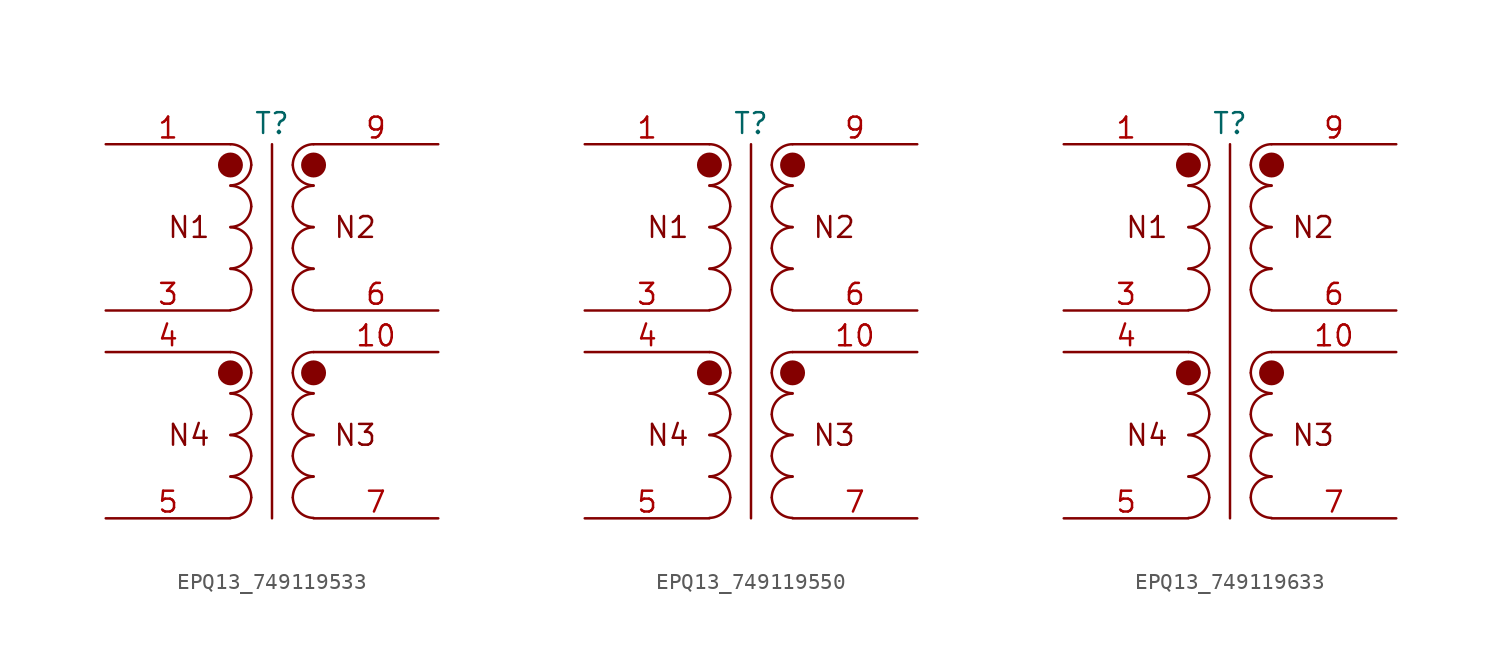
<source format=kicad_sym>
(kicad_symbol_lib
  (version 20220914)
  (generator kicad_symbol_editor)
  (symbol "EPQ13_749119533"
    (pin_names hide)
    (property "Reference" "T"
      (at 0 12.7 0)
      (effects (font (size 1.27 1.27))))
    (property "Critical Parameter" ""
      (at 0 -5.08 0)
      (effects (font (size 1.27 1.27)) (justify left)))
    (symbol "EPQ13_749119533_0_1"
      (arc (start -2.54 -11.4046) (mid -1.6561 -11.0363) (end -1.27 -10.16) (stroke (width 0) (type default)) (fill (type none)))
      (arc (start -2.54 -8.8646) (mid -1.6561 -8.4963) (end -1.27 -7.62) (stroke (width 0) (type default)) (fill (type none)))
      (arc (start -2.54 -6.3246) (mid -1.6561 -5.9563) (end -1.27 -5.08) (stroke (width 0) (type default)) (fill (type none)))
      (arc (start -2.54 -3.7846) (mid -1.6561 -3.4163) (end -1.27 -2.54) (stroke (width 0) (type default)) (fill (type none)))
      (arc (start -2.54 1.2954) (mid -1.6561 1.6637) (end -1.27 2.54) (stroke (width 0) (type default)) (fill (type none)))
      (arc (start -2.54 3.8354) (mid -1.6561 4.2037) (end -1.27 5.08) (stroke (width 0) (type default)) (fill (type none)))
      (arc (start -2.54 6.3754) (mid -1.6561 6.7437) (end -1.27 7.62) (stroke (width 0) (type default)) (fill (type none)))
      (arc (start -2.54 8.9154) (mid -1.6561 9.2837) (end -1.27 10.16) (stroke (width 0) (type default)) (fill (type none)))
      (arc (start -1.27 -10.16) (mid -1.642 -9.262) (end -2.54 -8.89) (stroke (width 0) (type default)) (fill (type none)))
      (arc (start -1.27 -7.62) (mid -1.642 -6.722) (end -2.54 -6.35) (stroke (width 0) (type default)) (fill (type none)))
      (arc (start -1.27 -5.08) (mid -1.642 -4.182) (end -2.54 -3.81) (stroke (width 0) (type default)) (fill (type none)))
      (arc (start -1.27 -2.54) (mid -1.642 -1.642) (end -2.54 -1.27) (stroke (width 0) (type default)) (fill (type none)))
      (arc (start -1.27 2.54) (mid -1.642 3.438) (end -2.54 3.81) (stroke (width 0) (type default)) (fill (type none)))
      (arc (start -1.27 5.08) (mid -1.642 5.978) (end -2.54 6.35) (stroke (width 0) (type default)) (fill (type none)))
      (arc (start -1.27 7.62) (mid -1.642 8.518) (end -2.54 8.89) (stroke (width 0) (type default)) (fill (type none)))
      (arc (start -1.27 10.16) (mid -1.642 11.058) (end -2.54 11.43) (stroke (width 0) (type default)) (fill (type none)))
      (polyline (pts (xy 0 -11.43) (xy 0 11.43)) (stroke (width 0) (type default)) (fill (type none)))
      (arc (start 1.27 -10.16) (mid 1.6561 -11.0363) (end 2.54 -11.4046) (stroke (width 0) (type default)) (fill (type none)))
      (arc (start 1.27 -7.62) (mid 1.6561 -8.4963) (end 2.54 -8.8646) (stroke (width 0) (type default)) (fill (type none)))
      (arc (start 1.27 -5.08) (mid 1.6561 -5.9563) (end 2.54 -6.3246) (stroke (width 0) (type default)) (fill (type none)))
      (arc (start 1.27 -2.54) (mid 1.6561 -3.4163) (end 2.54 -3.7846) (stroke (width 0) (type default)) (fill (type none)))
      (arc (start 1.27 2.54) (mid 1.6561 1.6637) (end 2.54 1.2954) (stroke (width 0) (type default)) (fill (type none)))
      (arc (start 1.27 5.08) (mid 1.6561 4.2037) (end 2.54 3.8354) (stroke (width 0) (type default)) (fill (type none)))
      (arc (start 1.27 7.62) (mid 1.6561 6.7437) (end 2.54 6.3754) (stroke (width 0) (type default)) (fill (type none)))
      (arc (start 1.27 10.16) (mid 1.6561 9.2837) (end 2.54 8.9154) (stroke (width 0) (type default)) (fill (type none)))
      (arc (start 2.54 -8.89) (mid 1.642 -9.262) (end 1.27 -10.16) (stroke (width 0) (type default)) (fill (type none)))
      (arc (start 2.54 -6.35) (mid 1.642 -6.722) (end 1.27 -7.62) (stroke (width 0) (type default)) (fill (type none)))
      (arc (start 2.54 -3.81) (mid 1.642 -4.182) (end 1.27 -5.08) (stroke (width 0) (type default)) (fill (type none)))
      (arc (start 2.54 -1.27) (mid 1.642 -1.642) (end 1.27 -2.54) (stroke (width 0) (type default)) (fill (type none)))
      (arc (start 2.54 3.81) (mid 1.642 3.438) (end 1.27 2.54) (stroke (width 0) (type default)) (fill (type none)))
      (arc (start 2.54 6.35) (mid 1.642 5.978) (end 1.27 5.08) (stroke (width 0) (type default)) (fill (type none)))
      (arc (start 2.54 8.89) (mid 1.642 8.518) (end 1.27 7.62) (stroke (width 0) (type default)) (fill (type none)))
      (arc (start 2.54 11.43) (mid 1.642 11.058) (end 1.27 10.16) (stroke (width 0) (type default)) (fill (type none))))
    (symbol "EPQ13_749119533_1_1"
      (circle (center -2.54 -2.54) (radius 0.0001) (stroke (width 0.762) (type default)) (fill (type none)))
      (circle (center -2.54 10.16) (radius 0.0001) (stroke (width 0.762) (type default)) (fill (type none)))
      (circle (center 2.54 -2.54) (radius 0.0001) (stroke (width 0.762) (type default)) (fill (type none)))
      (circle (center 2.54 10.16) (radius 0.0001) (stroke (width 0.762) (type default)) (fill (type none)))
      (text "N1" (at -5.08 6.35 0) (effects (font (size 1.27 1.27))))
      (text "N2" (at 5.08 6.35 0) (effects (font (size 1.27 1.27))))
      (text "N4" (at -5.08 -6.35 0) (effects (font (size 1.27 1.27))))
      (text "N3" (at 5.08 -6.35 0) (effects (font (size 1.27 1.27))))
      (pin passive line (at -10.16 11.43 0) (length 7.62) (name "1" (effects (font (size 1.27 1.27)))) (number "1" (effects (font (size 1.27 1.27)))))
      (pin passive line (at -10.16 1.27 0) (length 7.62) (name "3" (effects (font (size 1.27 1.27)))) (number "3" (effects (font (size 1.27 1.27)))))
      (pin passive line (at -10.16 -1.27 0) (length 7.62) (name "4" (effects (font (size 1.27 1.27)))) (number "4" (effects (font (size 1.27 1.27)))))
      (pin passive line (at -10.16 -11.43 0) (length 7.62) (name "5" (effects (font (size 1.27 1.27)))) (number "5" (effects (font (size 1.27 1.27)))))
      (pin passive line (at 10.16 11.43 180) (length 7.62) (name "9" (effects (font (size 1.27 1.27)))) (number "9" (effects (font (size 1.27 1.27)))))
      (pin passive line (at 10.16 1.27 180) (length 7.62) (name "6" (effects (font (size 1.27 1.27)))) (number "6" (effects (font (size 1.27 1.27)))))
      (pin passive line (at 10.16 -1.27 180) (length 7.62) (name "10" (effects (font (size 1.27 1.27)))) (number "10" (effects (font (size 1.27 1.27)))))
      (pin passive line (at 10.16 -11.43 180) (length 7.62) (name "7" (effects (font (size 1.27 1.27)))) (number "7" (effects (font (size 1.27 1.27)))))))
  (symbol "EPQ13_749119550"
    (pin_names hide)
    (property "Reference" "T"
      (at 0 12.7 0)
      (effects (font (size 1.27 1.27))))
    (property "Critical Parameter" ""
      (at 0 -5.08 0)
      (effects (font (size 1.27 1.27)) (justify left)))
    (symbol "EPQ13_749119550_0_1"
      (arc (start -2.54 -11.4046) (mid -1.6561 -11.0363) (end -1.27 -10.16) (stroke (width 0) (type default)) (fill (type none)))
      (arc (start -2.54 -8.8646) (mid -1.6561 -8.4963) (end -1.27 -7.62) (stroke (width 0) (type default)) (fill (type none)))
      (arc (start -2.54 -6.3246) (mid -1.6561 -5.9563) (end -1.27 -5.08) (stroke (width 0) (type default)) (fill (type none)))
      (arc (start -2.54 -3.7846) (mid -1.6561 -3.4163) (end -1.27 -2.54) (stroke (width 0) (type default)) (fill (type none)))
      (arc (start -2.54 1.2954) (mid -1.6561 1.6637) (end -1.27 2.54) (stroke (width 0) (type default)) (fill (type none)))
      (arc (start -2.54 3.8354) (mid -1.6561 4.2037) (end -1.27 5.08) (stroke (width 0) (type default)) (fill (type none)))
      (arc (start -2.54 6.3754) (mid -1.6561 6.7437) (end -1.27 7.62) (stroke (width 0) (type default)) (fill (type none)))
      (arc (start -2.54 8.9154) (mid -1.6561 9.2837) (end -1.27 10.16) (stroke (width 0) (type default)) (fill (type none)))
      (arc (start -1.27 -10.16) (mid -1.642 -9.262) (end -2.54 -8.89) (stroke (width 0) (type default)) (fill (type none)))
      (arc (start -1.27 -7.62) (mid -1.642 -6.722) (end -2.54 -6.35) (stroke (width 0) (type default)) (fill (type none)))
      (arc (start -1.27 -5.08) (mid -1.642 -4.182) (end -2.54 -3.81) (stroke (width 0) (type default)) (fill (type none)))
      (arc (start -1.27 -2.54) (mid -1.642 -1.642) (end -2.54 -1.27) (stroke (width 0) (type default)) (fill (type none)))
      (arc (start -1.27 2.54) (mid -1.642 3.438) (end -2.54 3.81) (stroke (width 0) (type default)) (fill (type none)))
      (arc (start -1.27 5.08) (mid -1.642 5.978) (end -2.54 6.35) (stroke (width 0) (type default)) (fill (type none)))
      (arc (start -1.27 7.62) (mid -1.642 8.518) (end -2.54 8.89) (stroke (width 0) (type default)) (fill (type none)))
      (arc (start -1.27 10.16) (mid -1.642 11.058) (end -2.54 11.43) (stroke (width 0) (type default)) (fill (type none)))
      (polyline (pts (xy 0 -11.43) (xy 0 11.43)) (stroke (width 0) (type default)) (fill (type none)))
      (arc (start 1.27 -10.16) (mid 1.6561 -11.0363) (end 2.54 -11.4046) (stroke (width 0) (type default)) (fill (type none)))
      (arc (start 1.27 -7.62) (mid 1.6561 -8.4963) (end 2.54 -8.8646) (stroke (width 0) (type default)) (fill (type none)))
      (arc (start 1.27 -5.08) (mid 1.6561 -5.9563) (end 2.54 -6.3246) (stroke (width 0) (type default)) (fill (type none)))
      (arc (start 1.27 -2.54) (mid 1.6561 -3.4163) (end 2.54 -3.7846) (stroke (width 0) (type default)) (fill (type none)))
      (arc (start 1.27 2.54) (mid 1.6561 1.6637) (end 2.54 1.2954) (stroke (width 0) (type default)) (fill (type none)))
      (arc (start 1.27 5.08) (mid 1.6561 4.2037) (end 2.54 3.8354) (stroke (width 0) (type default)) (fill (type none)))
      (arc (start 1.27 7.62) (mid 1.6561 6.7437) (end 2.54 6.3754) (stroke (width 0) (type default)) (fill (type none)))
      (arc (start 1.27 10.16) (mid 1.6561 9.2837) (end 2.54 8.9154) (stroke (width 0) (type default)) (fill (type none)))
      (arc (start 2.54 -8.89) (mid 1.642 -9.262) (end 1.27 -10.16) (stroke (width 0) (type default)) (fill (type none)))
      (arc (start 2.54 -6.35) (mid 1.642 -6.722) (end 1.27 -7.62) (stroke (width 0) (type default)) (fill (type none)))
      (arc (start 2.54 -3.81) (mid 1.642 -4.182) (end 1.27 -5.08) (stroke (width 0) (type default)) (fill (type none)))
      (arc (start 2.54 -1.27) (mid 1.642 -1.642) (end 1.27 -2.54) (stroke (width 0) (type default)) (fill (type none)))
      (arc (start 2.54 3.81) (mid 1.642 3.438) (end 1.27 2.54) (stroke (width 0) (type default)) (fill (type none)))
      (arc (start 2.54 6.35) (mid 1.642 5.978) (end 1.27 5.08) (stroke (width 0) (type default)) (fill (type none)))
      (arc (start 2.54 8.89) (mid 1.642 8.518) (end 1.27 7.62) (stroke (width 0) (type default)) (fill (type none)))
      (arc (start 2.54 11.43) (mid 1.642 11.058) (end 1.27 10.16) (stroke (width 0) (type default)) (fill (type none))))
    (symbol "EPQ13_749119550_1_1"
      (circle (center -2.54 -2.54) (radius 0.0001) (stroke (width 0.762) (type default)) (fill (type none)))
      (circle (center -2.54 10.16) (radius 0.0001) (stroke (width 0.762) (type default)) (fill (type none)))
      (circle (center 2.54 -2.54) (radius 0.0001) (stroke (width 0.762) (type default)) (fill (type none)))
      (circle (center 2.54 10.16) (radius 0.0001) (stroke (width 0.762) (type default)) (fill (type none)))
      (text "N1" (at -5.08 6.35 0) (effects (font (size 1.27 1.27))))
      (text "N2" (at 5.08 6.35 0) (effects (font (size 1.27 1.27))))
      (text "N4" (at -5.08 -6.35 0) (effects (font (size 1.27 1.27))))
      (text "N3" (at 5.08 -6.35 0) (effects (font (size 1.27 1.27))))
      (pin passive line (at -10.16 11.43 0) (length 7.62) (name "1" (effects (font (size 1.27 1.27)))) (number "1" (effects (font (size 1.27 1.27)))))
      (pin passive line (at -10.16 1.27 0) (length 7.62) (name "3" (effects (font (size 1.27 1.27)))) (number "3" (effects (font (size 1.27 1.27)))))
      (pin passive line (at -10.16 -1.27 0) (length 7.62) (name "4" (effects (font (size 1.27 1.27)))) (number "4" (effects (font (size 1.27 1.27)))))
      (pin passive line (at -10.16 -11.43 0) (length 7.62) (name "5" (effects (font (size 1.27 1.27)))) (number "5" (effects (font (size 1.27 1.27)))))
      (pin passive line (at 10.16 11.43 180) (length 7.62) (name "9" (effects (font (size 1.27 1.27)))) (number "9" (effects (font (size 1.27 1.27)))))
      (pin passive line (at 10.16 1.27 180) (length 7.62) (name "6" (effects (font (size 1.27 1.27)))) (number "6" (effects (font (size 1.27 1.27)))))
      (pin passive line (at 10.16 -1.27 180) (length 7.62) (name "10" (effects (font (size 1.27 1.27)))) (number "10" (effects (font (size 1.27 1.27)))))
      (pin passive line (at 10.16 -11.43 180) (length 7.62) (name "7" (effects (font (size 1.27 1.27)))) (number "7" (effects (font (size 1.27 1.27)))))))
  (symbol "EPQ13_749119633"
    (pin_names hide)
    (property "Reference" "T"
      (at 0 12.7 0)
      (effects (font (size 1.27 1.27))))
    (property "Critical Parameter" ""
      (at 0 -5.08 0)
      (effects (font (size 1.27 1.27)) (justify left)))
    (symbol "EPQ13_749119633_0_1"
      (arc (start -2.54 -11.4046) (mid -1.6561 -11.0363) (end -1.27 -10.16) (stroke (width 0) (type default)) (fill (type none)))
      (arc (start -2.54 -8.8646) (mid -1.6561 -8.4963) (end -1.27 -7.62) (stroke (width 0) (type default)) (fill (type none)))
      (arc (start -2.54 -6.3246) (mid -1.6561 -5.9563) (end -1.27 -5.08) (stroke (width 0) (type default)) (fill (type none)))
      (arc (start -2.54 -3.7846) (mid -1.6561 -3.4163) (end -1.27 -2.54) (stroke (width 0) (type default)) (fill (type none)))
      (arc (start -2.54 1.2954) (mid -1.6561 1.6637) (end -1.27 2.54) (stroke (width 0) (type default)) (fill (type none)))
      (arc (start -2.54 3.8354) (mid -1.6561 4.2037) (end -1.27 5.08) (stroke (width 0) (type default)) (fill (type none)))
      (arc (start -2.54 6.3754) (mid -1.6561 6.7437) (end -1.27 7.62) (stroke (width 0) (type default)) (fill (type none)))
      (arc (start -2.54 8.9154) (mid -1.6561 9.2837) (end -1.27 10.16) (stroke (width 0) (type default)) (fill (type none)))
      (arc (start -1.27 -10.16) (mid -1.642 -9.262) (end -2.54 -8.89) (stroke (width 0) (type default)) (fill (type none)))
      (arc (start -1.27 -7.62) (mid -1.642 -6.722) (end -2.54 -6.35) (stroke (width 0) (type default)) (fill (type none)))
      (arc (start -1.27 -5.08) (mid -1.642 -4.182) (end -2.54 -3.81) (stroke (width 0) (type default)) (fill (type none)))
      (arc (start -1.27 -2.54) (mid -1.642 -1.642) (end -2.54 -1.27) (stroke (width 0) (type default)) (fill (type none)))
      (arc (start -1.27 2.54) (mid -1.642 3.438) (end -2.54 3.81) (stroke (width 0) (type default)) (fill (type none)))
      (arc (start -1.27 5.08) (mid -1.642 5.978) (end -2.54 6.35) (stroke (width 0) (type default)) (fill (type none)))
      (arc (start -1.27 7.62) (mid -1.642 8.518) (end -2.54 8.89) (stroke (width 0) (type default)) (fill (type none)))
      (arc (start -1.27 10.16) (mid -1.642 11.058) (end -2.54 11.43) (stroke (width 0) (type default)) (fill (type none)))
      (polyline (pts (xy 0 -11.43) (xy 0 11.43)) (stroke (width 0) (type default)) (fill (type none)))
      (arc (start 1.27 -10.16) (mid 1.6561 -11.0363) (end 2.54 -11.4046) (stroke (width 0) (type default)) (fill (type none)))
      (arc (start 1.27 -7.62) (mid 1.6561 -8.4963) (end 2.54 -8.8646) (stroke (width 0) (type default)) (fill (type none)))
      (arc (start 1.27 -5.08) (mid 1.6561 -5.9563) (end 2.54 -6.3246) (stroke (width 0) (type default)) (fill (type none)))
      (arc (start 1.27 -2.54) (mid 1.6561 -3.4163) (end 2.54 -3.7846) (stroke (width 0) (type default)) (fill (type none)))
      (arc (start 1.27 2.54) (mid 1.6561 1.6637) (end 2.54 1.2954) (stroke (width 0) (type default)) (fill (type none)))
      (arc (start 1.27 5.08) (mid 1.6561 4.2037) (end 2.54 3.8354) (stroke (width 0) (type default)) (fill (type none)))
      (arc (start 1.27 7.62) (mid 1.6561 6.7437) (end 2.54 6.3754) (stroke (width 0) (type default)) (fill (type none)))
      (arc (start 1.27 10.16) (mid 1.6561 9.2837) (end 2.54 8.9154) (stroke (width 0) (type default)) (fill (type none)))
      (arc (start 2.54 -8.89) (mid 1.642 -9.262) (end 1.27 -10.16) (stroke (width 0) (type default)) (fill (type none)))
      (arc (start 2.54 -6.35) (mid 1.642 -6.722) (end 1.27 -7.62) (stroke (width 0) (type default)) (fill (type none)))
      (arc (start 2.54 -3.81) (mid 1.642 -4.182) (end 1.27 -5.08) (stroke (width 0) (type default)) (fill (type none)))
      (arc (start 2.54 -1.27) (mid 1.642 -1.642) (end 1.27 -2.54) (stroke (width 0) (type default)) (fill (type none)))
      (arc (start 2.54 3.81) (mid 1.642 3.438) (end 1.27 2.54) (stroke (width 0) (type default)) (fill (type none)))
      (arc (start 2.54 6.35) (mid 1.642 5.978) (end 1.27 5.08) (stroke (width 0) (type default)) (fill (type none)))
      (arc (start 2.54 8.89) (mid 1.642 8.518) (end 1.27 7.62) (stroke (width 0) (type default)) (fill (type none)))
      (arc (start 2.54 11.43) (mid 1.642 11.058) (end 1.27 10.16) (stroke (width 0) (type default)) (fill (type none))))
    (symbol "EPQ13_749119633_1_1"
      (circle (center -2.54 -2.54) (radius 0.0001) (stroke (width 0.762) (type default)) (fill (type none)))
      (circle (center -2.54 10.16) (radius 0.0001) (stroke (width 0.762) (type default)) (fill (type none)))
      (circle (center 2.54 -2.54) (radius 0.0001) (stroke (width 0.762) (type default)) (fill (type none)))
      (circle (center 2.54 10.16) (radius 0.0001) (stroke (width 0.762) (type default)) (fill (type none)))
      (text "N1" (at -5.08 6.35 0) (effects (font (size 1.27 1.27))))
      (text "N2" (at 5.08 6.35 0) (effects (font (size 1.27 1.27))))
      (text "N4" (at -5.08 -6.35 0) (effects (font (size 1.27 1.27))))
      (text "N3" (at 5.08 -6.35 0) (effects (font (size 1.27 1.27))))
      (pin passive line (at -10.16 11.43 0) (length 7.62) (name "1" (effects (font (size 1.27 1.27)))) (number "1" (effects (font (size 1.27 1.27)))))
      (pin passive line (at -10.16 1.27 0) (length 7.62) (name "3" (effects (font (size 1.27 1.27)))) (number "3" (effects (font (size 1.27 1.27)))))
      (pin passive line (at -10.16 -1.27 0) (length 7.62) (name "4" (effects (font (size 1.27 1.27)))) (number "4" (effects (font (size 1.27 1.27)))))
      (pin passive line (at -10.16 -11.43 0) (length 7.62) (name "5" (effects (font (size 1.27 1.27)))) (number "5" (effects (font (size 1.27 1.27)))))
      (pin passive line (at 10.16 11.43 180) (length 7.62) (name "9" (effects (font (size 1.27 1.27)))) (number "9" (effects (font (size 1.27 1.27)))))
      (pin passive line (at 10.16 1.27 180) (length 7.62) (name "6" (effects (font (size 1.27 1.27)))) (number "6" (effects (font (size 1.27 1.27)))))
      (pin passive line (at 10.16 -1.27 180) (length 7.62) (name "10" (effects (font (size 1.27 1.27)))) (number "10" (effects (font (size 1.27 1.27)))))
      (pin passive line (at 10.16 -11.43 180) (length 7.62) (name "7" (effects (font (size 1.27 1.27)))) (number "7" (effects (font (size 1.27 1.27))))))))
</source>
